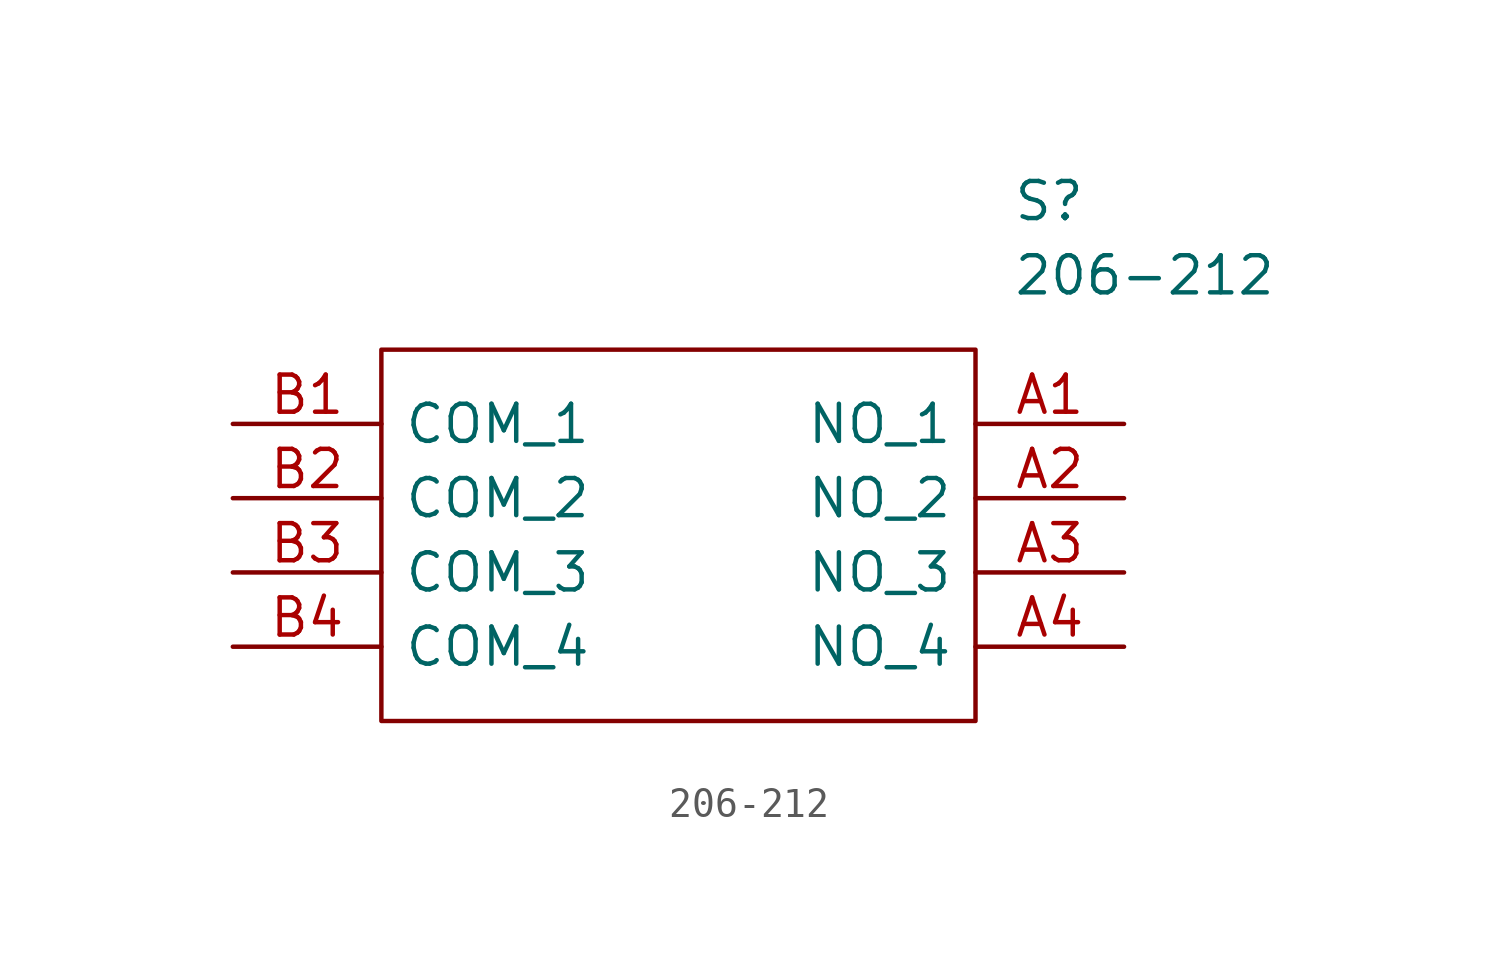
<source format=kicad_sym>
(kicad_symbol_lib
  (version 20211014)
  (generator kicad_symbol_editor)
  (symbol "206-212"
    (pin_names
      (offset 0.762))
    (property "Reference" "S"
      (at 26.67 7.62 0)
      (effects (font (size 1.27 1.27)) (justify left)))
    (property "Value" "206-212"
      (at 26.67 5.08 0)
      (effects (font (size 1.27 1.27)) (justify left)))
    (symbol "206-212_0_0"
      (pin passive line (at 30.48 0 180) (length 5.08) (name "NO_1" (effects (font (size 1.27 1.27)))) (number "A1" (effects (font (size 1.27 1.27)))))
      (pin passive line (at 30.48 -2.54 180) (length 5.08) (name "NO_2" (effects (font (size 1.27 1.27)))) (number "A2" (effects (font (size 1.27 1.27)))))
      (pin passive line (at 30.48 -5.08 180) (length 5.08) (name "NO_3" (effects (font (size 1.27 1.27)))) (number "A3" (effects (font (size 1.27 1.27)))))
      (pin passive line (at 30.48 -7.62 180) (length 5.08) (name "NO_4" (effects (font (size 1.27 1.27)))) (number "A4" (effects (font (size 1.27 1.27)))))
      (pin passive line (at 0 0 0) (length 5.08) (name "COM_1" (effects (font (size 1.27 1.27)))) (number "B1" (effects (font (size 1.27 1.27)))))
      (pin passive line (at 0 -2.54 0) (length 5.08) (name "COM_2" (effects (font (size 1.27 1.27)))) (number "B2" (effects (font (size 1.27 1.27)))))
      (pin passive line (at 0 -5.08 0) (length 5.08) (name "COM_3" (effects (font (size 1.27 1.27)))) (number "B3" (effects (font (size 1.27 1.27)))))
      (pin passive line (at 0 -7.62 0) (length 5.08) (name "COM_4" (effects (font (size 1.27 1.27)))) (number "B4" (effects (font (size 1.27 1.27))))))
    (symbol "206-212_0_1"
      (polyline (pts (xy 5.08 2.54) (xy 25.4 2.54) (xy 25.4 -10.16) (xy 5.08 -10.16) (xy 5.08 2.54)) (stroke (width 0.152) (type default) (color 0 0 0 0)) (fill (type none))))))
</source>
